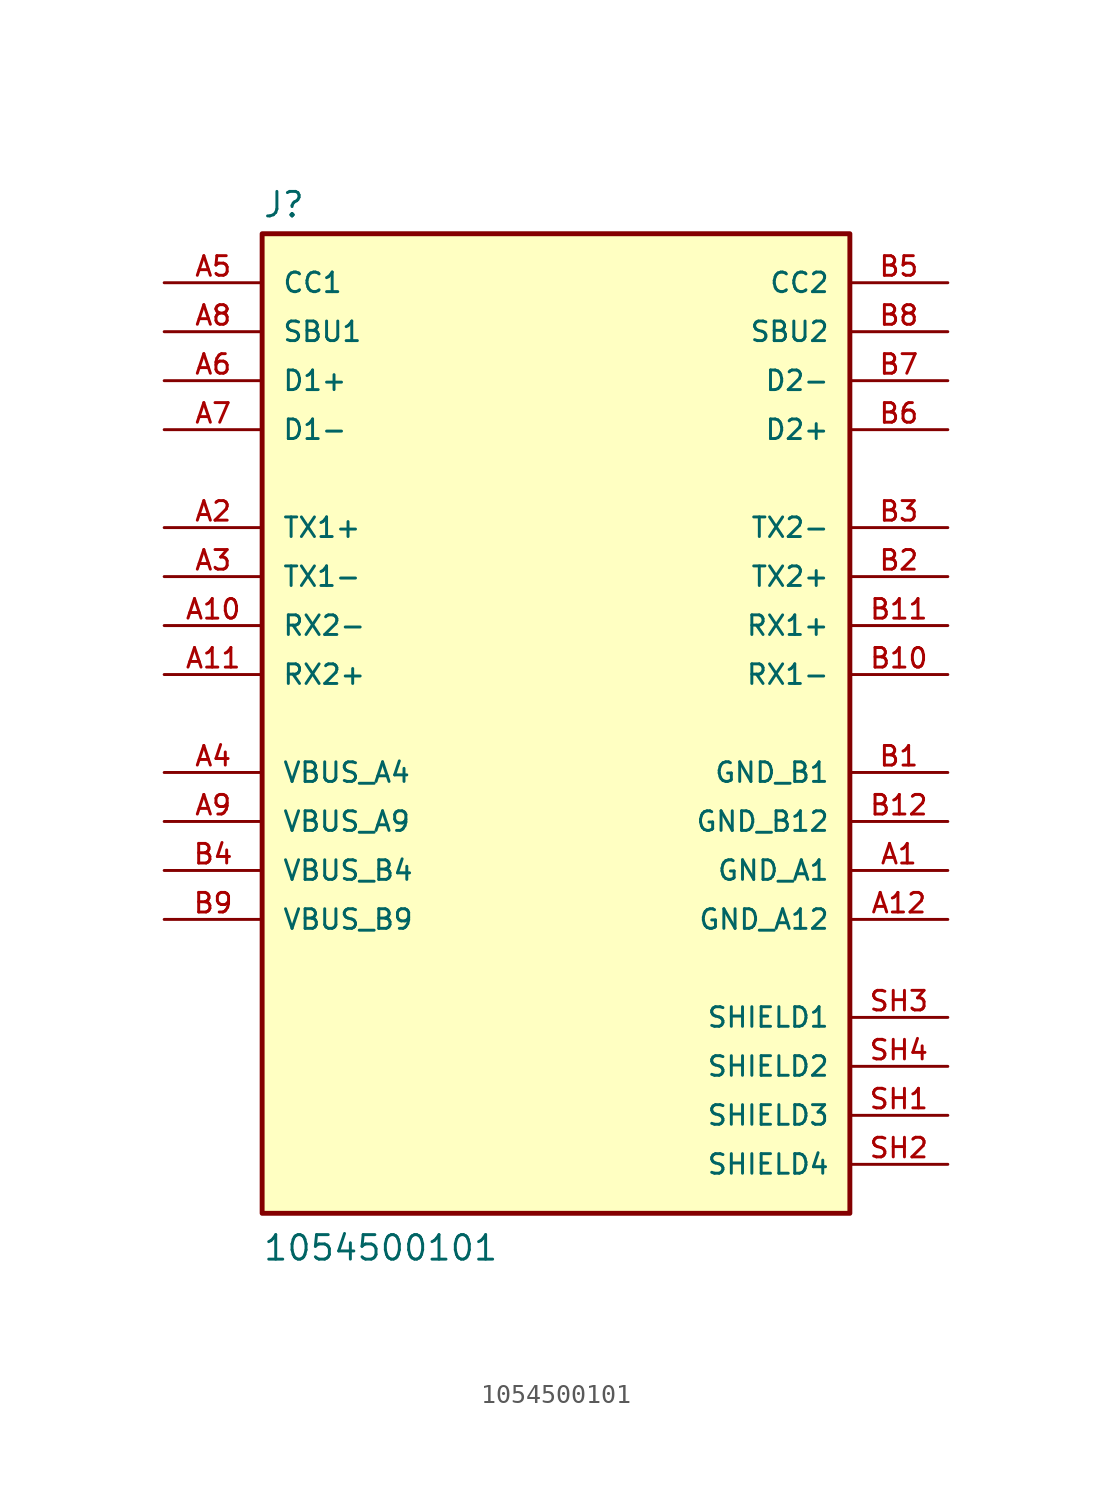
<source format=kicad_sym>
(kicad_symbol_lib
  (version 20211014)
  (generator kicad_symbol_editor)
  (symbol "1054500101"
    (pin_names
      (offset 1.016))
    (property "Reference" "J"
      (at -15.24 26.162 0)
      (effects (font (size 1.27 1.27)) (justify bottom left)))
    (property "Value" "1054500101"
      (at -15.24 -27.94 0)
      (effects (font (size 1.27 1.27)) (justify bottom left)))
    (symbol "1054500101_0_0"
      (rectangle (start -15.24 -25.4) (end 15.24 25.4) (stroke (width 0.254)) (fill (type background)))
      (pin power_in line (at 20.32 -7.62 180.0) (length 5.08) (name "GND_A1" (effects (font (size 1.016 1.016)))) (number "A1" (effects (font (size 1.016 1.016)))))
      (pin bidirectional line (at -20.32 7.62 0) (length 5.08) (name "TX1-" (effects (font (size 1.016 1.016)))) (number "A3" (effects (font (size 1.016 1.016)))))
      (pin bidirectional line (at -20.32 10.16 0) (length 5.08) (name "TX1+" (effects (font (size 1.016 1.016)))) (number "A2" (effects (font (size 1.016 1.016)))))
      (pin power_in line (at -20.32 -2.54 0) (length 5.08) (name "VBUS_A4" (effects (font (size 1.016 1.016)))) (number "A4" (effects (font (size 1.016 1.016)))))
      (pin bidirectional line (at -20.32 17.78 0) (length 5.08) (name "D1+" (effects (font (size 1.016 1.016)))) (number "A6" (effects (font (size 1.016 1.016)))))
      (pin bidirectional line (at -20.32 22.86 0) (length 5.08) (name "CC1" (effects (font (size 1.016 1.016)))) (number "A5" (effects (font (size 1.016 1.016)))))
      (pin bidirectional line (at -20.32 20.32 0) (length 5.08) (name "SBU1" (effects (font (size 1.016 1.016)))) (number "A8" (effects (font (size 1.016 1.016)))))
      (pin bidirectional line (at -20.32 15.24 0) (length 5.08) (name "D1-" (effects (font (size 1.016 1.016)))) (number "A7" (effects (font (size 1.016 1.016)))))
      (pin bidirectional line (at -20.32 5.08 0) (length 5.08) (name "RX2-" (effects (font (size 1.016 1.016)))) (number "A10" (effects (font (size 1.016 1.016)))))
      (pin bidirectional line (at -20.32 2.54 0) (length 5.08) (name "RX2+" (effects (font (size 1.016 1.016)))) (number "A11" (effects (font (size 1.016 1.016)))))
      (pin passive line (at 20.32 -15.24 180.0) (length 5.08) (name "SHIELD1" (effects (font (size 1.016 1.016)))) (number "SH3" (effects (font (size 1.016 1.016)))))
      (pin power_in line (at 20.32 -2.54 180.0) (length 5.08) (name "GND_B1" (effects (font (size 1.016 1.016)))) (number "B1" (effects (font (size 1.016 1.016)))))
      (pin bidirectional line (at 20.32 10.16 180.0) (length 5.08) (name "TX2-" (effects (font (size 1.016 1.016)))) (number "B3" (effects (font (size 1.016 1.016)))))
      (pin bidirectional line (at 20.32 7.62 180.0) (length 5.08) (name "TX2+" (effects (font (size 1.016 1.016)))) (number "B2" (effects (font (size 1.016 1.016)))))
      (pin power_in line (at -20.32 -7.62 0) (length 5.08) (name "VBUS_B4" (effects (font (size 1.016 1.016)))) (number "B4" (effects (font (size 1.016 1.016)))))
      (pin bidirectional line (at 20.32 15.24 180.0) (length 5.08) (name "D2+" (effects (font (size 1.016 1.016)))) (number "B6" (effects (font (size 1.016 1.016)))))
      (pin bidirectional line (at 20.32 22.86 180.0) (length 5.08) (name "CC2" (effects (font (size 1.016 1.016)))) (number "B5" (effects (font (size 1.016 1.016)))))
      (pin bidirectional line (at 20.32 20.32 180.0) (length 5.08) (name "SBU2" (effects (font (size 1.016 1.016)))) (number "B8" (effects (font (size 1.016 1.016)))))
      (pin bidirectional line (at 20.32 17.78 180.0) (length 5.08) (name "D2-" (effects (font (size 1.016 1.016)))) (number "B7" (effects (font (size 1.016 1.016)))))
      (pin bidirectional line (at 20.32 2.54 180.0) (length 5.08) (name "RX1-" (effects (font (size 1.016 1.016)))) (number "B10" (effects (font (size 1.016 1.016)))))
      (pin bidirectional line (at 20.32 5.08 180.0) (length 5.08) (name "RX1+" (effects (font (size 1.016 1.016)))) (number "B11" (effects (font (size 1.016 1.016)))))
      (pin power_in line (at -20.32 -5.08 0) (length 5.08) (name "VBUS_A9" (effects (font (size 1.016 1.016)))) (number "A9" (effects (font (size 1.016 1.016)))))
      (pin power_in line (at -20.32 -10.16 0) (length 5.08) (name "VBUS_B9" (effects (font (size 1.016 1.016)))) (number "B9" (effects (font (size 1.016 1.016)))))
      (pin power_in line (at 20.32 -10.16 180.0) (length 5.08) (name "GND_A12" (effects (font (size 1.016 1.016)))) (number "A12" (effects (font (size 1.016 1.016)))))
      (pin power_in line (at 20.32 -5.08 180.0) (length 5.08) (name "GND_B12" (effects (font (size 1.016 1.016)))) (number "B12" (effects (font (size 1.016 1.016)))))
      (pin passive line (at 20.32 -17.78 180.0) (length 5.08) (name "SHIELD2" (effects (font (size 1.016 1.016)))) (number "SH4" (effects (font (size 1.016 1.016)))))
      (pin passive line (at 20.32 -20.32 180.0) (length 5.08) (name "SHIELD3" (effects (font (size 1.016 1.016)))) (number "SH1" (effects (font (size 1.016 1.016)))))
      (pin passive line (at 20.32 -22.86 180.0) (length 5.08) (name "SHIELD4" (effects (font (size 1.016 1.016)))) (number "SH2" (effects (font (size 1.016 1.016))))))))
</source>
